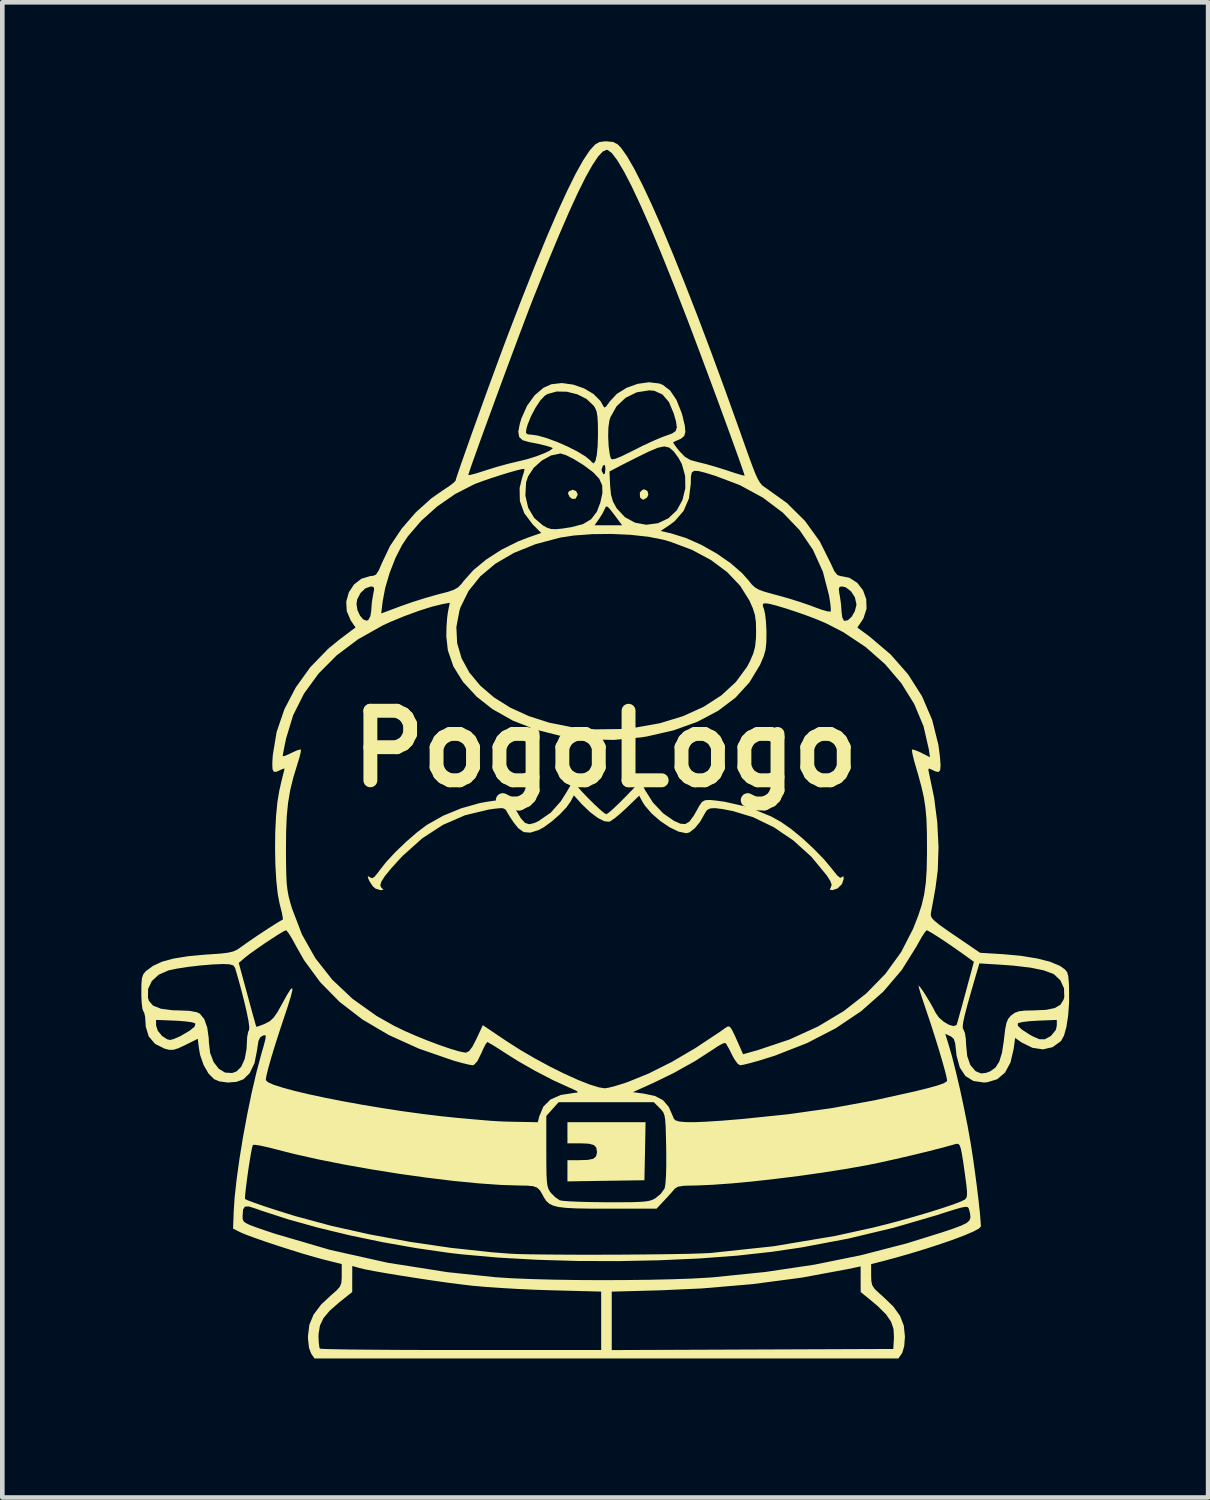
<source format=kicad_pcb>
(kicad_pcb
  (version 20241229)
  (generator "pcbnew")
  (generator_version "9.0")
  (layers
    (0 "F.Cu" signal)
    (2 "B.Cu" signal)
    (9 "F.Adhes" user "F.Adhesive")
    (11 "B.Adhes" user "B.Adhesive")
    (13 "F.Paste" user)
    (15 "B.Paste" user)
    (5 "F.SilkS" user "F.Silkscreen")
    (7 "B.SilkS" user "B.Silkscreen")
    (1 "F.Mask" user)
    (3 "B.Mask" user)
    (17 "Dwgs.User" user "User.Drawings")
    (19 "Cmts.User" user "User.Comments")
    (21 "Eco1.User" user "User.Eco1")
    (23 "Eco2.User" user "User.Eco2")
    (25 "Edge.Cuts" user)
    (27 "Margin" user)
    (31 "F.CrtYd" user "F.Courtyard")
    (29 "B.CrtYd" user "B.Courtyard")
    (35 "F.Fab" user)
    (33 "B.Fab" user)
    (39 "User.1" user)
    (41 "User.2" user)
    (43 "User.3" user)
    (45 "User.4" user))
  (footprint "PogoLogo"
    (layer "F.Cu")
    (at 10.014 13.11)
    (property "Reference" "PogoLogo" (at 0 0 0) (layer "F.SilkS") (effects (font (size 1.5 1.5) (thickness 0.3))))
    (attr board_only exclude_from_pos_files exclude_from_bom)
    (fp_poly (pts (xy -0.632 -5.563) (xy -0.598 -5.494) (xy -0.6 -5.478) (xy -0.645 -5.397) (xy -0.72 -5.395) (xy -0.774 -5.44) (xy -0.809 -5.517) (xy -0.784 -5.561) (xy -0.707 -5.591)) (stroke (width 0) (type solid)) (fill yes) (layer "F.SilkS"))
    (fp_poly (pts (xy 0.908 -5.564) (xy 0.928 -5.487) (xy 0.898 -5.422) (xy 0.816 -5.374) (xy 0.757 -5.413) (xy 0.746 -5.437) (xy 0.744 -5.534) (xy 0.804 -5.593) (xy 0.84 -5.599)) (stroke (width 0) (type solid)) (fill yes) (layer "F.SilkS"))
    (fp_poly (pts (xy 0.855 8.683) (xy 0.842 9.309) (xy 0.011 9.321) (xy -0.819 9.334) (xy -0.819 9.105) (xy -0.819 8.876) (xy -0.573 8.876) (xy -0.381 8.87) (xy -0.262 8.846) (xy -0.202 8.796) (xy -0.182 8.714) (xy -0.182 8.694) (xy -0.196 8.605) (xy -0.247 8.55) (xy -0.354 8.521) (xy -0.531 8.512) (xy -0.573 8.512) (xy -0.819 8.512) (xy -0.819 8.285) (xy -0.819 8.057) (xy 0.024 8.057) (xy 0.867 8.057)) (stroke (width 0) (type solid)) (fill yes) (layer "F.SilkS"))
    (fp_poly (pts (xy 0.857 0.892) (xy 1.028 1.161) (xy 1.25 1.394) (xy 1.478 1.552) (xy 1.618 1.615) (xy 1.724 1.623) (xy 1.813 1.57) (xy 1.905 1.445) (xy 1.972 1.328) (xy 2.034 1.216) (xy 2.086 1.145) (xy 2.151 1.109) (xy 2.248 1.102) (xy 2.397 1.117) (xy 2.577 1.142) (xy 3.088 1.258) (xy 3.58 1.46) (xy 3.793 1.579) (xy 4.008 1.729) (xy 4.251 1.929) (xy 4.496 2.156) (xy 4.72 2.387) (xy 4.895 2.597) (xy 4.901 2.605) (xy 5.001 2.73) (xy 5.065 2.782) (xy 5.104 2.77) (xy 5.104 2.769) (xy 5.134 2.744) (xy 5.143 2.804) (xy 5.105 2.918) (xy 5.01 3.012) (xy 4.896 3.05) (xy 4.841 3.036) (xy 4.865 2.988) (xy 4.883 2.932) (xy 4.851 2.846) (xy 4.774 2.727) (xy 4.444 2.328) (xy 4.059 1.979) (xy 3.634 1.691) (xy 3.186 1.474) (xy 2.753 1.343) (xy 2.522 1.298) (xy 2.362 1.279) (xy 2.258 1.286) (xy 2.192 1.322) (xy 2.148 1.388) (xy 2.146 1.393) (xy 2.045 1.572) (xy 1.929 1.714) (xy 1.815 1.802) (xy 1.747 1.821) (xy 1.58 1.786) (xy 1.385 1.692) (xy 1.183 1.556) (xy 0.996 1.393) (xy 0.848 1.22) (xy 0.793 1.131) (xy 0.73 1.01) (xy 0.453 1.277) (xy 0.314 1.404) (xy 0.19 1.506) (xy 0.101 1.565) (xy 0.085 1.572) (xy -0.019 1.563) (xy -0.161 1.492) (xy -0.326 1.369) (xy -0.497 1.206) (xy -0.523 1.178) (xy -0.681 1.003) (xy -0.746 1.129) (xy -0.84 1.262) (xy -0.986 1.416) (xy -1.157 1.566) (xy -1.326 1.69) (xy -1.44 1.752) (xy -1.62 1.808) (xy -1.76 1.797) (xy -1.882 1.711) (xy -1.983 1.583) (xy -2.068 1.455) (xy -2.129 1.353) (xy -2.15 1.312) (xy -2.179 1.285) (xy -2.252 1.279) (xy -2.387 1.291) (xy -2.522 1.311) (xy -3.029 1.433) (xy -3.505 1.64) (xy -3.953 1.931) (xy -4.373 2.308) (xy -4.423 2.36) (xy -4.622 2.579) (xy -4.758 2.745) (xy -4.835 2.866) (xy -4.858 2.948) (xy -4.831 3.001) (xy -4.823 3.007) (xy -4.789 3.039) (xy -4.837 3.049) (xy -4.852 3.049) (xy -4.958 3.017) (xy -5.016 2.97) (xy -5.086 2.866) (xy -5.115 2.804) (xy -5.129 2.747) (xy -5.093 2.762) (xy -5.08 2.773) (xy -5.032 2.792) (xy -4.978 2.757) (xy -4.899 2.658) (xy -4.877 2.627) (xy -4.73 2.441) (xy -4.532 2.228) (xy -4.304 2.009) (xy -4.073 1.808) (xy -3.861 1.647) (xy -3.845 1.637) (xy -3.501 1.443) (xy -3.109 1.282) (xy -2.71 1.17) (xy -2.563 1.143) (xy -2.347 1.111) (xy -2.2 1.098) (xy -2.103 1.111) (xy -2.036 1.154) (xy -1.978 1.234) (xy -1.926 1.328) (xy -1.823 1.501) (xy -1.734 1.598) (xy -1.641 1.627) (xy -1.526 1.598) (xy -1.439 1.556) (xy -1.179 1.376) (xy -0.961 1.131) (xy -0.827 0.916) (xy -0.751 0.785) (xy -0.701 0.725) (xy -0.667 0.726) (xy -0.65 0.75) (xy -0.594 0.825) (xy -0.495 0.936) (xy -0.372 1.064) (xy -0.241 1.193) (xy -0.121 1.305) (xy -0.028 1.384) (xy 0.019 1.411) (xy 0.069 1.38) (xy 0.166 1.296) (xy 0.295 1.173) (xy 0.415 1.053) (xy 0.762 0.695)) (stroke (width 0) (type solid)) (fill yes) (layer "F.SilkS"))
    (fp_poly (pts (xy 0.165 -13.097) (xy 0.264 -13.046) (xy 0.337 -12.971) (xy 0.467 -12.788) (xy 0.621 -12.521) (xy 0.799 -12.173) (xy 0.999 -11.748) (xy 1.22 -11.248) (xy 1.459 -10.676) (xy 1.717 -10.035) (xy 1.992 -9.33) (xy 2.282 -8.562) (xy 2.586 -7.736) (xy 2.903 -6.853) (xy 2.973 -6.654) (xy 3.082 -6.348) (xy 3.167 -6.115) (xy 3.233 -5.945) (xy 3.288 -5.826) (xy 3.335 -5.745) (xy 3.38 -5.69) (xy 3.431 -5.651) (xy 3.459 -5.633) (xy 3.917 -5.305) (xy 4.307 -4.919) (xy 4.626 -4.477) (xy 4.867 -3.994) (xy 4.94 -3.835) (xy 5.005 -3.753) (xy 5.059 -3.733) (xy 5.265 -3.692) (xy 5.435 -3.583) (xy 5.559 -3.423) (xy 5.629 -3.231) (xy 5.636 -3.025) (xy 5.571 -2.822) (xy 5.541 -2.772) (xy 5.437 -2.618) (xy 5.704 -2.421) (xy 6.157 -2.036) (xy 6.534 -1.606) (xy 6.834 -1.133) (xy 7.052 -0.624) (xy 7.187 -0.083) (xy 7.22 0.173) (xy 7.233 0.356) (xy 7.224 0.462) (xy 7.186 0.5) (xy 7.113 0.483) (xy 7.046 0.45) (xy 6.982 0.423) (xy 6.969 0.452) (xy 6.985 0.53) (xy 7.093 1.048) (xy 7.162 1.585) (xy 7.189 2.116) (xy 7.173 2.615) (xy 7.123 3.004) (xy 7.087 3.205) (xy 7.054 3.384) (xy 7.03 3.513) (xy 7.024 3.551) (xy 7.023 3.6) (xy 7.046 3.651) (xy 7.104 3.713) (xy 7.208 3.797) (xy 7.369 3.912) (xy 7.545 4.032) (xy 8.086 4.401) (xy 8.573 4.43) (xy 8.967 4.466) (xy 9.311 4.522) (xy 9.593 4.593) (xy 9.8 4.679) (xy 9.842 4.705) (xy 9.919 4.762) (xy 9.965 4.82) (xy 9.989 4.906) (xy 10.001 5.044) (xy 10.005 5.143) (xy 10.007 5.458) (xy 9.987 5.748) (xy 9.949 5.998) (xy 9.896 6.19) (xy 9.83 6.307) (xy 9.651 6.437) (xy 9.443 6.485) (xy 9.216 6.451) (xy 8.982 6.336) (xy 8.962 6.322) (xy 8.842 6.238) (xy 8.811 6.471) (xy 8.742 6.767) (xy 8.624 6.986) (xy 8.456 7.129) (xy 8.239 7.195) (xy 8.166 7.2) (xy 7.941 7.167) (xy 7.769 7.06) (xy 7.648 6.877) (xy 7.578 6.62) (xy 7.565 6.503) (xy 7.548 6.349) (xy 7.517 6.259) (xy 7.462 6.209) (xy 7.44 6.198) (xy 7.334 6.15) (xy 7.401 6.364) (xy 7.479 6.633) (xy 7.564 6.97) (xy 7.653 7.349) (xy 7.738 7.747) (xy 7.817 8.14) (xy 7.882 8.506) (xy 7.894 8.58) (xy 7.938 8.865) (xy 7.98 9.169) (xy 8.02 9.473) (xy 8.054 9.758) (xy 8.081 10.006) (xy 8.097 10.2) (xy 8.103 10.309) (xy 8.06 10.352) (xy 7.941 10.416) (xy 7.757 10.495) (xy 7.518 10.586) (xy 7.236 10.684) (xy 6.921 10.786) (xy 6.586 10.889) (xy 6.241 10.987) (xy 5.952 11.064) (xy 5.735 11.119) (xy 5.735 11.36) (xy 5.739 11.487) (xy 5.758 11.575) (xy 5.81 11.653) (xy 5.907 11.746) (xy 5.988 11.817) (xy 6.212 12.032) (xy 6.359 12.237) (xy 6.44 12.449) (xy 6.464 12.682) (xy 6.449 12.889) (xy 6.406 13.033) (xy 6.393 13.054) (xy 6.322 13.155) (xy 0.023 13.155) (xy -6.277 13.155) (xy -6.347 13.054) (xy -6.378 12.974) (xy 0.137 12.974) (xy 3.175 12.962) (xy 6.213 12.95) (xy 6.227 12.706) (xy 6.219 12.525) (xy 6.166 12.364) (xy 6.057 12.204) (xy 5.882 12.03) (xy 5.759 11.926) (xy 5.509 11.721) (xy 5.508 11.445) (xy 5.508 11.168) (xy 5.223 11.228) (xy 4.229 11.412) (xy 3.173 11.551) (xy 2.078 11.644) (xy 1.195 11.684) (xy 0.137 11.713) (xy 0.137 12.343) (xy 0.137 12.974) (xy -6.378 12.974) (xy -6.396 12.925) (xy -6.418 12.726) (xy -6.418 12.681) (xy -6.191 12.681) (xy -6.185 12.819) (xy -6.171 12.917) (xy -6.16 12.943) (xy -6.111 12.948) (xy -5.978 12.953) (xy -5.769 12.957) (xy -5.492 12.962) (xy -5.154 12.965) (xy -4.763 12.968) (xy -4.326 12.971) (xy -3.852 12.972) (xy -3.347 12.973) (xy -3.111 12.973) (xy -0.091 12.973) (xy -0.091 12.343) (xy -0.091 11.712) (xy -1.149 11.684) (xy -1.502 11.673) (xy -1.872 11.656) (xy -2.232 11.635) (xy -2.558 11.613) (xy -2.824 11.59) (xy -2.868 11.586) (xy -3.119 11.556) (xy -3.414 11.518) (xy -3.736 11.472) (xy -4.068 11.422) (xy -4.394 11.371) (xy -4.698 11.321) (xy -4.962 11.275) (xy -5.171 11.235) (xy -5.307 11.203) (xy -5.314 11.201) (xy -5.462 11.159) (xy -5.463 11.44) (xy -5.463 11.721) (xy -5.739 11.941) (xy -5.946 12.121) (xy -6.082 12.282) (xy -6.159 12.442) (xy -6.189 12.621) (xy -6.191 12.681) (xy -6.418 12.681) (xy -6.418 12.676) (xy -6.389 12.43) (xy -6.297 12.207) (xy -6.133 11.99) (xy -5.925 11.796) (xy -5.8 11.687) (xy -5.73 11.606) (xy -5.698 11.524) (xy -5.69 11.41) (xy -5.69 11.359) (xy -5.69 11.118) (xy -6.066 11.024) (xy -6.275 10.967) (xy -6.527 10.894) (xy -6.803 10.808) (xy -7.084 10.718) (xy -7.351 10.629) (xy -7.585 10.547) (xy -7.768 10.479) (xy -7.875 10.433) (xy -8.034 10.353) (xy -8.025 10.104) (xy -7.829 10.104) (xy -7.826 10.153) (xy -7.808 10.193) (xy -7.762 10.231) (xy -7.677 10.273) (xy -7.539 10.325) (xy -7.337 10.395) (xy -7.135 10.462) (xy -5.944 10.811) (xy -4.7 11.089) (xy -3.406 11.293) (xy -2.367 11.402) (xy -2.026 11.424) (xy -1.612 11.441) (xy -1.141 11.454) (xy -0.633 11.462) (xy -0.104 11.465) (xy 0.428 11.463) (xy 0.945 11.457) (xy 1.431 11.446) (xy 1.866 11.431) (xy 2.235 11.41) (xy 2.34 11.402) (xy 3.456 11.288) (xy 4.509 11.131) (xy 5.519 10.926) (xy 6.504 10.671) (xy 7.249 10.439) (xy 7.503 10.354) (xy 7.682 10.287) (xy 7.796 10.231) (xy 7.858 10.174) (xy 7.879 10.108) (xy 7.869 10.024) (xy 7.848 9.941) (xy 7.835 9.906) (xy 7.81 9.886) (xy 7.761 9.883) (xy 7.673 9.901) (xy 7.533 9.941) (xy 7.329 10.005) (xy 7.154 10.062) (xy 6.226 10.333) (xy 5.244 10.568) (xy 4.238 10.758) (xy 3.596 10.853) (xy 2.846 10.936) (xy 2.03 10.997) (xy 1.168 11.036) (xy 0.281 11.054) (xy -0.609 11.051) (xy -1.482 11.025) (xy -2.317 10.978) (xy -3.092 10.909) (xy -3.368 10.877) (xy -4.081 10.774) (xy -4.805 10.646) (xy -5.521 10.497) (xy -6.21 10.33) (xy -6.852 10.151) (xy -7.427 9.964) (xy -7.541 9.923) (xy -7.692 9.875) (xy -7.779 9.878) (xy -7.819 9.942) (xy -7.829 10.08) (xy -7.829 10.104) (xy -8.025 10.104) (xy -8.021 9.99) (xy -8.002 9.698) (xy -7.778 9.698) (xy -7.775 9.715) (xy -7.708 9.746) (xy -7.57 9.797) (xy -7.381 9.863) (xy -7.156 9.937) (xy -6.914 10.014) (xy -6.691 10.083) (xy -5.921 10.291) (xy -5.086 10.478) (xy -4.213 10.639) (xy -3.326 10.769) (xy -2.451 10.863) (xy -2.071 10.893) (xy -1.901 10.901) (xy -1.654 10.907) (xy -1.344 10.911) (xy -0.984 10.914) (xy -0.588 10.916) (xy -0.17 10.916) (xy 0.257 10.915) (xy 0.679 10.912) (xy 1.083 10.908) (xy 1.454 10.903) (xy 1.779 10.897) (xy 2.045 10.889) (xy 2.237 10.881) (xy 2.278 10.878) (xy 3.627 10.734) (xy 4.957 10.511) (xy 5.781 10.33) (xy 6.084 10.254) (xy 6.399 10.17) (xy 6.713 10.081) (xy 7.01 9.993) (xy 7.278 9.908) (xy 7.501 9.833) (xy 7.665 9.771) (xy 7.756 9.727) (xy 7.759 9.724) (xy 7.788 9.692) (xy 7.803 9.638) (xy 7.803 9.546) (xy 7.788 9.397) (xy 7.761 9.195) (xy 7.724 8.931) (xy 7.694 8.744) (xy 7.669 8.623) (xy 7.644 8.554) (xy 7.615 8.525) (xy 7.577 8.523) (xy 7.543 8.532) (xy 7.285 8.603) (xy 6.967 8.685) (xy 6.615 8.77) (xy 6.258 8.853) (xy 5.924 8.927) (xy 5.641 8.985) (xy 5.625 8.988) (xy 5.17 9.068) (xy 4.681 9.145) (xy 4.175 9.217) (xy 3.668 9.28) (xy 3.177 9.335) (xy 2.719 9.378) (xy 2.311 9.407) (xy 1.97 9.422) (xy 1.874 9.423) (xy 1.685 9.429) (xy 1.566 9.449) (xy 1.5 9.488) (xy 1.493 9.497) (xy 1.428 9.573) (xy 1.329 9.683) (xy 1.269 9.747) (xy 1.103 9.923) (xy 0.049 9.923) (xy -0.324 9.922) (xy -0.616 9.917) (xy -0.84 9.906) (xy -1.007 9.887) (xy -1.128 9.856) (xy -1.214 9.813) (xy -1.277 9.755) (xy -1.327 9.678) (xy -1.348 9.638) (xy -1.408 9.533) (xy -1.471 9.47) (xy -1.561 9.437) (xy -1.702 9.425) (xy -1.844 9.423) (xy -2.258 9.41) (xy -2.743 9.376) (xy -3.282 9.323) (xy -3.859 9.253) (xy -4.457 9.169) (xy -5.059 9.073) (xy -5.649 8.968) (xy -6.21 8.856) (xy -6.724 8.74) (xy -6.926 8.689) (xy -1.275 8.689) (xy -1.274 8.972) (xy -1.271 9.18) (xy -1.263 9.327) (xy -1.25 9.427) (xy -1.229 9.497) (xy -1.199 9.551) (xy -1.177 9.58) (xy -1.081 9.677) (xy -0.986 9.741) (xy -0.984 9.742) (xy -0.91 9.754) (xy -0.761 9.765) (xy -0.552 9.774) (xy -0.298 9.78) (xy -0.017 9.784) (xy 0.023 9.784) (xy 0.337 9.784) (xy 0.573 9.782) (xy 0.747 9.776) (xy 0.871 9.766) (xy 0.959 9.75) (xy 1.025 9.727) (xy 1.082 9.696) (xy 1.195 9.602) (xy 1.273 9.493) (xy 1.279 9.48) (xy 1.296 9.385) (xy 1.308 9.214) (xy 1.314 8.982) (xy 1.313 8.702) (xy 1.312 8.616) (xy 1.306 8.341) (xy 1.3 8.142) (xy 1.29 8.004) (xy 1.275 7.911) (xy 1.251 7.847) (xy 1.217 7.799) (xy 1.171 7.751) (xy 1.045 7.625) (xy 0.018 7.625) (xy -1.009 7.625) (xy -1.142 7.773) (xy -1.275 7.922) (xy -1.275 8.689) (xy -6.926 8.689) (xy -7.077 8.65) (xy -7.278 8.599) (xy -7.446 8.562) (xy -7.562 8.544) (xy -7.607 8.547) (xy -7.623 8.6) (xy -7.647 8.721) (xy -7.675 8.888) (xy -7.705 9.081) (xy -7.733 9.279) (xy -7.756 9.462) (xy -7.772 9.608) (xy -7.778 9.698) (xy -8.002 9.698) (xy -7.999 9.663) (xy -7.955 9.267) (xy -7.893 8.825) (xy -7.816 8.355) (xy -7.727 7.877) (xy -7.631 7.412) (xy -7.53 6.98) (xy -7.429 6.599) (xy -7.427 6.593) (xy -7.37 6.395) (xy -7.338 6.269) (xy -7.329 6.202) (xy -7.342 6.178) (xy -7.376 6.183) (xy -7.394 6.189) (xy -7.451 6.228) (xy -7.487 6.307) (xy -7.51 6.45) (xy -7.515 6.492) (xy -7.571 6.78) (xy -7.676 6.998) (xy -7.811 7.131) (xy -7.96 7.186) (xy -8.148 7.201) (xy -8.332 7.175) (xy -8.445 7.127) (xy -8.565 7.006) (xy -8.67 6.823) (xy -8.745 6.607) (xy -8.77 6.471) (xy -8.796 6.257) (xy -9.064 6.39) (xy -9.216 6.461) (xy -9.321 6.494) (xy -9.411 6.495) (xy -9.511 6.47) (xy -9.717 6.367) (xy -9.855 6.205) (xy -9.919 5.992) (xy -9.923 5.917) (xy -9.928 5.849) (xy -9.696 5.849) (xy -9.696 5.971) (xy -9.658 6.085) (xy -9.567 6.195) (xy -9.454 6.269) (xy -9.392 6.282) (xy -9.313 6.261) (xy -9.196 6.211) (xy -9.159 6.192) (xy -8.97 6.081) (xy -8.866 5.996) (xy -8.847 5.935) (xy -8.856 5.922) (xy -8.919 5.901) (xy -9.048 5.883) (xy -9.222 5.868) (xy -9.297 5.865) (xy -9.696 5.849) (xy -9.928 5.849) (xy -9.932 5.782) (xy -9.954 5.689) (xy -9.969 5.667) (xy -9.99 5.612) (xy -10.006 5.488) (xy -10.012 5.366) (xy -9.871 5.366) (xy -9.85 5.438) (xy -9.762 5.54) (xy -9.591 5.608) (xy -9.34 5.641) (xy -9.207 5.644) (xy -8.973 5.654) (xy -8.817 5.683) (xy -8.752 5.714) (xy -8.658 5.829) (xy -8.592 6.013) (xy -8.559 6.248) (xy -8.557 6.327) (xy -8.529 6.563) (xy -8.454 6.759) (xy -8.343 6.903) (xy -8.206 6.986) (xy -8.054 6.995) (xy -7.959 6.961) (xy -7.858 6.86) (xy -7.783 6.69) (xy -7.743 6.472) (xy -7.738 6.361) (xy -7.73 6.215) (xy -7.708 6.105) (xy -7.69 6.069) (xy -7.684 6.009) (xy -7.701 5.875) (xy -7.74 5.681) (xy -7.796 5.441) (xy -7.866 5.167) (xy -7.948 4.874) (xy -7.993 4.723) (xy -8.029 4.673) (xy -8.113 4.649) (xy -8.254 4.643) (xy -8.471 4.652) (xy -8.729 4.673) (xy -8.995 4.704) (xy -9.237 4.741) (xy -9.422 4.779) (xy -9.428 4.781) (xy -9.638 4.873) (xy -9.787 5.01) (xy -9.868 5.18) (xy -9.871 5.366) (xy -10.012 5.366) (xy -10.014 5.321) (xy -10.014 5.263) (xy -10.012 5.071) (xy -10 4.947) (xy -9.974 4.868) (xy -9.929 4.809) (xy -9.912 4.793) (xy -9.758 4.681) (xy -9.625 4.62) (xy -7.912 4.62) (xy -7.726 5.303) (xy -7.662 5.538) (xy -7.607 5.739) (xy -7.564 5.892) (xy -7.539 5.981) (xy -7.534 5.997) (xy -7.492 5.988) (xy -7.395 5.952) (xy -7.344 5.931) (xy -7.242 5.877) (xy -7.159 5.8) (xy -7.076 5.681) (xy -6.986 5.519) (xy -6.874 5.316) (xy -6.799 5.196) (xy -6.759 5.159) (xy -6.754 5.205) (xy -6.785 5.334) (xy -6.851 5.548) (xy -6.9 5.696) (xy -7.018 6.05) (xy -7.122 6.373) (xy -7.209 6.657) (xy -7.274 6.888) (xy -7.315 7.055) (xy -7.329 7.146) (xy -7.285 7.192) (xy -7.161 7.248) (xy -6.964 7.311) (xy -6.706 7.381) (xy -6.395 7.455) (xy -6.04 7.531) (xy -5.651 7.607) (xy -5.237 7.682) (xy -4.808 7.753) (xy -4.373 7.82) (xy -3.941 7.879) (xy -3.521 7.93) (xy -3.186 7.964) (xy -2.886 7.991) (xy -2.657 8.011) (xy -2.478 8.026) (xy -2.33 8.035) (xy -2.194 8.042) (xy -2.048 8.046) (xy -1.879 8.049) (xy -1.458 8.057) (xy -1.428 7.932) (xy -1.339 7.721) (xy -1.185 7.567) (xy -0.963 7.469) (xy -0.669 7.423) (xy -0.637 7.421) (xy -0.593 7.411) (xy -0.595 7.408) (xy 0.593 7.408) (xy 0.831 7.44) (xy 1.071 7.491) (xy 1.243 7.581) (xy 1.367 7.726) (xy 1.463 7.944) (xy 1.474 7.977) (xy 1.509 8.015) (xy 1.59 8.041) (xy 1.725 8.054) (xy 1.921 8.056) (xy 2.185 8.045) (xy 2.525 8.023) (xy 2.948 7.988) (xy 2.959 7.987) (xy 3.951 7.884) (xy 4.89 7.752) (xy 5.812 7.583) (xy 6.68 7.391) (xy 6.966 7.32) (xy 7.17 7.263) (xy 7.3 7.217) (xy 7.364 7.178) (xy 7.374 7.159) (xy 7.36 7.077) (xy 7.322 6.925) (xy 7.264 6.718) (xy 7.191 6.472) (xy 7.107 6.202) (xy 7.018 5.924) (xy 6.927 5.654) (xy 6.924 5.645) (xy 6.856 5.443) (xy 6.801 5.275) (xy 6.767 5.158) (xy 6.757 5.109) (xy 6.757 5.108) (xy 6.787 5.135) (xy 6.848 5.219) (xy 6.927 5.342) (xy 7.011 5.482) (xy 7.087 5.618) (xy 7.126 5.697) (xy 7.199 5.799) (xy 7.303 5.89) (xy 7.415 5.955) (xy 7.514 5.983) (xy 7.538 5.974) (xy 7.712 5.974) (xy 7.714 6.032) (xy 7.73 6.064) (xy 7.731 6.065) (xy 7.76 6.137) (xy 7.779 6.267) (xy 7.784 6.384) (xy 7.808 6.63) (xy 7.876 6.824) (xy 7.982 6.949) (xy 8 6.961) (xy 8.107 7.004) (xy 8.217 6.992) (xy 8.309 6.956) (xy 8.418 6.878) (xy 8.499 6.75) (xy 8.558 6.56) (xy 8.599 6.293) (xy 8.604 6.244) (xy 8.628 6.045) (xy 8.653 5.922) (xy 8.901 5.922) (xy 8.901 5.976) (xy 8.986 6.057) (xy 9.155 6.166) (xy 9.215 6.2) (xy 9.364 6.266) (xy 9.482 6.267) (xy 9.603 6.202) (xy 9.621 6.187) (xy 9.72 6.066) (xy 9.741 5.971) (xy 9.741 5.849) (xy 9.343 5.865) (xy 9.159 5.876) (xy 9.008 5.894) (xy 8.916 5.914) (xy 8.901 5.922) (xy 8.653 5.922) (xy 8.655 5.914) (xy 8.691 5.827) (xy 8.745 5.763) (xy 8.763 5.747) (xy 8.837 5.694) (xy 8.925 5.663) (xy 9.052 5.648) (xy 9.244 5.644) (xy 9.245 5.644) (xy 9.51 5.632) (xy 9.697 5.593) (xy 9.819 5.522) (xy 9.887 5.413) (xy 9.903 5.354) (xy 9.896 5.165) (xy 9.816 4.992) (xy 9.68 4.864) (xy 9.661 4.854) (xy 9.459 4.78) (xy 9.174 4.721) (xy 8.804 4.678) (xy 8.566 4.66) (xy 8.07 4.63) (xy 7.978 4.944) (xy 7.88 5.283) (xy 7.807 5.545) (xy 7.756 5.741) (xy 7.725 5.88) (xy 7.712 5.974) (xy 7.538 5.974) (xy 7.576 5.96) (xy 7.582 5.949) (xy 7.6 5.888) (xy 7.637 5.755) (xy 7.689 5.569) (xy 7.749 5.347) (xy 7.777 5.245) (xy 7.952 4.595) (xy 7.743 4.444) (xy 7.541 4.301) (xy 7.345 4.167) (xy 7.172 4.053) (xy 7.035 3.967) (xy 6.951 3.921) (xy 6.933 3.915) (xy 6.897 3.953) (xy 6.831 4.053) (xy 6.749 4.198) (xy 6.714 4.262) (xy 6.394 4.774) (xy 5.997 5.239) (xy 5.523 5.658) (xy 4.973 6.028) (xy 4.35 6.35) (xy 3.654 6.622) (xy 3.295 6.734) (xy 3.128 6.78) (xy 2.99 6.814) (xy 2.908 6.828) (xy 2.905 6.828) (xy 2.85 6.79) (xy 2.78 6.691) (xy 2.73 6.597) (xy 2.665 6.467) (xy 2.611 6.374) (xy 2.588 6.346) (xy 2.535 6.358) (xy 2.434 6.413) (xy 2.335 6.479) (xy 1.931 6.74) (xy 1.472 6.996) (xy 1.03 7.211) (xy 0.593 7.408) (xy -0.595 7.408) (xy -0.619 7.383) (xy -0.723 7.333) (xy -0.778 7.31) (xy -1.126 7.151) (xy -1.508 6.953) (xy -1.888 6.736) (xy -2.145 6.574) (xy -2.307 6.469) (xy -2.44 6.386) (xy -2.527 6.337) (xy -2.549 6.327) (xy -2.58 6.366) (xy -2.632 6.466) (xy -2.682 6.578) (xy -2.765 6.745) (xy -2.84 6.822) (xy -2.864 6.828) (xy -2.943 6.815) (xy -3.082 6.782) (xy -3.255 6.734) (xy -3.304 6.719) (xy -4.03 6.467) (xy -4.676 6.174) (xy -5.244 5.839) (xy -5.737 5.459) (xy -6.156 5.033) (xy -6.502 4.561) (xy -6.676 4.255) (xy -6.76 4.1) (xy -6.833 3.982) (xy -6.882 3.92) (xy -6.891 3.915) (xy -6.946 3.939) (xy -7.055 4.004) (xy -7.201 4.098) (xy -7.366 4.207) (xy -7.529 4.32) (xy -7.673 4.423) (xy -7.778 4.505) (xy -7.791 4.516) (xy -7.912 4.62) (xy -9.625 4.62) (xy -9.564 4.592) (xy -9.318 4.525) (xy -9.007 4.475) (xy -8.62 4.439) (xy -8.535 4.434) (xy -8.306 4.418) (xy -8.147 4.399) (xy -8.035 4.373) (xy -7.949 4.335) (xy -7.876 4.286) (xy -7.753 4.197) (xy -7.598 4.09) (xy -7.428 3.976) (xy -7.262 3.867) (xy -7.117 3.775) (xy -7.012 3.711) (xy -6.963 3.687) (xy -6.963 3.687) (xy -6.961 3.647) (xy -6.98 3.541) (xy -7.018 3.39) (xy -7.027 3.357) (xy -7.07 3.138) (xy -7.101 2.851) (xy -7.121 2.517) (xy -7.128 2.157) (xy -7.124 1.793) (xy -7.107 1.448) (xy -7.077 1.141) (xy -7.039 0.913) (xy -6.998 0.73) (xy -6.961 0.578) (xy -6.935 0.48) (xy -6.93 0.464) (xy -6.926 0.423) (xy -6.976 0.437) (xy -7 0.45) (xy -7.097 0.494) (xy -7.156 0.494) (xy -7.184 0.437) (xy -7.188 0.311) (xy -7.179 0.158) (xy -6.965 0.158) (xy -6.929 0.155) (xy -6.837 0.118) (xy -6.778 0.089) (xy -6.663 0.036) (xy -6.586 0.013) (xy -6.57 0.015) (xy -6.573 0.065) (xy -6.6 0.177) (xy -6.644 0.322) (xy -6.735 0.62) (xy -6.802 0.894) (xy -6.848 1.169) (xy -6.877 1.466) (xy -6.89 1.809) (xy -6.893 2.185) (xy -6.891 2.49) (xy -6.886 2.723) (xy -6.877 2.903) (xy -6.86 3.049) (xy -6.836 3.181) (xy -6.8 3.318) (xy -6.765 3.437) (xy -6.549 4.003) (xy -6.259 4.517) (xy -5.895 4.98) (xy -5.455 5.395) (xy -4.938 5.763) (xy -4.559 5.977) (xy -4.345 6.081) (xy -4.099 6.189) (xy -3.84 6.294) (xy -3.585 6.39) (xy -3.352 6.47) (xy -3.161 6.527) (xy -3.03 6.554) (xy -3.008 6.555) (xy -2.943 6.524) (xy -2.868 6.424) (xy -2.783 6.259) (xy -2.645 5.963) (xy -2.13 6.309) (xy -1.841 6.494) (xy -1.529 6.676) (xy -1.21 6.849) (xy -0.897 7.005) (xy -0.605 7.138) (xy -0.348 7.24) (xy -0.141 7.305) (xy -0.015 7.325) (xy 0.07 7.312) (xy 0.216 7.274) (xy 0.397 7.219) (xy 0.486 7.188) (xy 0.938 7.004) (xy 1.431 6.757) (xy 1.947 6.454) (xy 2.473 6.105) (xy 2.6 6.014) (xy 2.647 5.988) (xy 2.686 5.999) (xy 2.73 6.059) (xy 2.791 6.184) (xy 2.83 6.27) (xy 2.972 6.59) (xy 3.295 6.499) (xy 3.972 6.272) (xy 4.589 5.991) (xy 5.143 5.659) (xy 5.629 5.279) (xy 6.043 4.854) (xy 6.381 4.388) (xy 6.64 3.884) (xy 6.643 3.875) (xy 6.748 3.608) (xy 6.826 3.37) (xy 6.879 3.141) (xy 6.914 2.896) (xy 6.933 2.613) (xy 6.94 2.269) (xy 6.94 2.139) (xy 6.938 1.791) (xy 6.928 1.509) (xy 6.906 1.267) (xy 6.871 1.041) (xy 6.817 0.805) (xy 6.743 0.534) (xy 6.708 0.416) (xy 6.659 0.244) (xy 6.626 0.107) (xy 6.614 0.026) (xy 6.616 0.015) (xy 6.665 0.021) (xy 6.765 0.061) (xy 6.821 0.087) (xy 7.004 0.181) (xy 6.98 0.011) (xy 6.865 -0.489) (xy 6.665 -0.967) (xy 6.387 -1.415) (xy 6.035 -1.828) (xy 5.616 -2.197) (xy 5.134 -2.518) (xy 4.759 -2.711) (xy 4.578 -2.788) (xy 4.361 -2.871) (xy 4.128 -2.953) (xy 3.901 -3.028) (xy 3.698 -3.089) (xy 3.542 -3.129) (xy 3.46 -3.141) (xy 3.401 -3.131) (xy 3.397 -3.083) (xy 3.422 -3.016) (xy 3.446 -2.912) (xy 3.465 -2.748) (xy 3.475 -2.555) (xy 3.476 -2.504) (xy 3.473 -2.296) (xy 3.457 -2.142) (xy 3.418 -2.003) (xy 3.35 -1.842) (xy 3.336 -1.811) (xy 3.11 -1.436) (xy 2.808 -1.105) (xy 2.432 -0.821) (xy 1.986 -0.585) (xy 1.473 -0.4) (xy 0.898 -0.268) (xy 0.774 -0.248) (xy 0.183 -0.193) (xy -0.401 -0.205) (xy -0.967 -0.28) (xy -1.504 -0.416) (xy -1.998 -0.61) (xy -2.439 -0.859) (xy -2.777 -1.125) (xy -3.073 -1.446) (xy -3.28 -1.778) (xy -3.399 -2.124) (xy -3.433 -2.425) (xy -3.429 -2.624) (xy -3.429 -2.629) (xy -3.216 -2.629) (xy -3.199 -2.282) (xy -3.103 -1.953) (xy -2.935 -1.646) (xy -2.699 -1.363) (xy -2.404 -1.11) (xy -2.053 -0.89) (xy -1.653 -0.707) (xy -1.211 -0.565) (xy -0.732 -0.469) (xy -0.222 -0.421) (xy 0.314 -0.427) (xy 0.638 -0.457) (xy 1.18 -0.554) (xy 1.676 -0.706) (xy 2.119 -0.907) (xy 2.502 -1.154) (xy 2.816 -1.443) (xy 3.055 -1.768) (xy 3.119 -1.889) (xy 3.191 -2.056) (xy 3.231 -2.207) (xy 3.249 -2.383) (xy 3.252 -2.526) (xy 3.248 -2.731) (xy 3.228 -2.886) (xy 3.182 -3.033) (xy 3.109 -3.199) (xy 2.908 -3.52) (xy 2.628 -3.814) (xy 2.278 -4.075) (xy 1.867 -4.295) (xy 1.403 -4.469) (xy 1.252 -4.513) (xy 0.927 -4.577) (xy 0.543 -4.619) (xy 0.128 -4.638) (xy -0.289 -4.633) (xy -0.68 -4.604) (xy -0.979 -4.558) (xy -1.508 -4.417) (xy -1.974 -4.229) (xy -2.374 -3.996) (xy -2.701 -3.721) (xy -2.953 -3.407) (xy -3.125 -3.058) (xy -3.148 -2.988) (xy -3.216 -2.629) (xy -3.429 -2.629) (xy -3.416 -2.819) (xy -3.398 -2.953) (xy -3.358 -3.153) (xy -3.514 -3.124) (xy -3.748 -3.067) (xy -4.033 -2.976) (xy -4.343 -2.862) (xy -4.648 -2.736) (xy -4.81 -2.661) (xy -5.338 -2.364) (xy -5.798 -2.018) (xy -6.188 -1.626) (xy -6.503 -1.194) (xy -6.738 -0.726) (xy -6.89 -0.226) (xy -6.894 -0.207) (xy -6.928 -0.041) (xy -6.953 0.087) (xy -6.964 0.155) (xy -6.965 0.158) (xy -7.179 0.158) (xy -7.178 0.138) (xy -7.095 -0.363) (xy -6.927 -0.855) (xy -6.682 -1.325) (xy -6.367 -1.763) (xy -5.987 -2.155) (xy -5.744 -2.355) (xy -5.392 -2.62) (xy -5.496 -2.773) (xy -5.581 -2.971) (xy -5.59 -3.126) (xy -5.371 -3.126) (xy -5.35 -2.992) (xy -5.295 -2.874) (xy -5.223 -2.791) (xy -5.149 -2.766) (xy -5.116 -2.781) (xy -5.073 -2.859) (xy -5.062 -2.922) (xy -4.837 -2.922) (xy -4.412 -3.081) (xy -4.169 -3.166) (xy -3.899 -3.252) (xy -3.65 -3.323) (xy -3.59 -3.339) (xy -3.396 -3.389) (xy -3.267 -3.434) (xy -3.18 -3.484) (xy -3.11 -3.555) (xy -3.058 -3.623) (xy -2.848 -3.858) (xy -2.569 -4.088) (xy -2.242 -4.298) (xy -1.888 -4.475) (xy -1.682 -4.555) (xy -1.384 -4.659) (xy -1.427 -4.702) (xy 1.193 -4.702) (xy 1.422 -4.649) (xy 1.739 -4.55) (xy 2.073 -4.401) (xy 2.402 -4.215) (xy 2.702 -4.007) (xy 2.952 -3.79) (xy 3.081 -3.644) (xy 3.156 -3.551) (xy 3.226 -3.485) (xy 3.312 -3.435) (xy 3.436 -3.39) (xy 3.619 -3.339) (xy 3.71 -3.315) (xy 3.952 -3.247) (xy 4.205 -3.168) (xy 4.429 -3.091) (xy 4.514 -3.058) (xy 4.672 -3.001) (xy 4.794 -2.967) (xy 4.859 -2.962) (xy 4.864 -2.966) (xy 4.864 -3.029) (xy 4.851 -3.155) (xy 4.826 -3.312) (xy 4.79 -3.45) (xy 5.037 -3.45) (xy 5.05 -3.345) (xy 5.057 -3.312) (xy 5.082 -3.142) (xy 5.096 -2.976) (xy 5.096 -2.951) (xy 5.112 -2.836) (xy 5.147 -2.767) (xy 5.155 -2.762) (xy 5.232 -2.775) (xy 5.314 -2.851) (xy 5.381 -2.966) (xy 5.415 -3.093) (xy 5.417 -3.123) (xy 5.384 -3.27) (xy 5.3 -3.4) (xy 5.187 -3.486) (xy 5.106 -3.505) (xy 5.054 -3.495) (xy 5.037 -3.45) (xy 4.79 -3.45) (xy 4.693 -3.824) (xy 4.48 -4.294) (xy 4.191 -4.72) (xy 3.83 -5.096) (xy 3.399 -5.421) (xy 2.902 -5.691) (xy 2.376 -5.89) (xy 2.153 -5.959) (xy 2.003 -5.997) (xy 1.912 -5.999) (xy 1.864 -5.961) (xy 1.846 -5.879) (xy 1.843 -5.747) (xy 1.843 -5.721) (xy 1.803 -5.404) (xy 1.687 -5.134) (xy 1.496 -4.914) (xy 1.403 -4.843) (xy 1.193 -4.702) (xy -1.427 -4.702) (xy -1.569 -4.844) (xy -1.75 -5.084) (xy -1.845 -5.347) (xy -1.848 -5.466) (xy -1.727 -5.466) (xy -1.666 -5.203) (xy -1.535 -4.982) (xy -1.348 -4.821) (xy -1.256 -4.771) (xy -1.169 -4.744) (xy -1.063 -4.74) (xy -0.913 -4.756) (xy -0.732 -4.785) (xy -0.578 -4.825) (xy -0.234 -4.825) (xy 0.063 -4.825) (xy 0.361 -4.825) (xy 0.192 -5.052) (xy 0.099 -5.172) (xy 0.044 -5.228) (xy 0.011 -5.227) (xy -0.011 -5.183) (xy -0.062 -5.08) (xy -0.137 -4.961) (xy -0.14 -4.957) (xy -0.234 -4.825) (xy -0.578 -4.825) (xy -0.485 -4.849) (xy -0.308 -4.955) (xy -0.185 -5.116) (xy -0.11 -5.311) (xy -0.064 -5.518) (xy -0.069 -5.685) (xy -0.133 -5.829) (xy -0.264 -5.969) (xy -0.345 -6.029) (xy -0.083 -6.029) (xy -0.076 -5.989) (xy -0.037 -5.923) (xy -0.01 -5.944) (xy -0.006 -5.986) (xy 0.088 -5.986) (xy 0.102 -5.685) (xy 0.121 -5.485) (xy 0.164 -5.335) (xy 0.243 -5.192) (xy 0.243 -5.192) (xy 0.42 -5.001) (xy 0.639 -4.881) (xy 0.883 -4.836) (xy 1.134 -4.869) (xy 1.359 -4.975) (xy 1.54 -5.146) (xy 1.663 -5.369) (xy 1.725 -5.624) (xy 1.721 -5.89) (xy 1.65 -6.146) (xy 1.578 -6.278) (xy 1.475 -6.419) (xy 1.379 -6.501) (xy 1.271 -6.527) (xy 1.132 -6.498) (xy 0.942 -6.418) (xy 0.859 -6.378) (xy 0.663 -6.281) (xy 0.472 -6.185) (xy 0.32 -6.108) (xy 0.283 -6.088) (xy 0.088 -5.986) (xy -0.006 -5.986) (xy 0 -6.04) (xy -0.009 -6.121) (xy -0.041 -6.121) (xy -0.052 -6.112) (xy -0.083 -6.029) (xy -0.345 -6.029) (xy -0.471 -6.123) (xy -0.491 -6.136) (xy -0.683 -6.254) (xy -0.845 -6.336) (xy -0.958 -6.372) (xy -0.971 -6.373) (xy -1.171 -6.332) (xy -1.37 -6.223) (xy -1.544 -6.067) (xy -1.667 -5.883) (xy -1.711 -5.754) (xy -1.727 -5.466) (xy -1.848 -5.466) (xy -1.851 -5.63) (xy -1.798 -5.848) (xy -1.761 -5.962) (xy -1.746 -6.032) (xy -1.748 -6.042) (xy -1.797 -6.038) (xy -1.914 -6.01) (xy -2.077 -5.964) (xy -2.267 -5.906) (xy -2.465 -5.842) (xy -2.651 -5.778) (xy -2.806 -5.72) (xy -2.836 -5.707) (xy -3.239 -5.501) (xy -3.626 -5.234) (xy -3.974 -4.922) (xy -4.264 -4.584) (xy -4.388 -4.398) (xy -4.53 -4.121) (xy -4.656 -3.797) (xy -4.753 -3.467) (xy -4.807 -3.179) (xy -4.837 -2.922) (xy -5.062 -2.922) (xy -5.052 -2.981) (xy -5.052 -2.998) (xy -5.04 -3.162) (xy -5.012 -3.329) (xy -5.011 -3.334) (xy -4.99 -3.445) (xy -5.003 -3.494) (xy -5.057 -3.505) (xy -5.06 -3.505) (xy -5.179 -3.464) (xy -5.286 -3.361) (xy -5.356 -3.224) (xy -5.371 -3.126) (xy -5.59 -3.126) (xy -5.592 -3.178) (xy -5.537 -3.376) (xy -5.426 -3.546) (xy -5.267 -3.67) (xy -5.07 -3.73) (xy -5.014 -3.733) (xy -4.952 -3.759) (xy -4.892 -3.848) (xy -4.827 -4) (xy -4.647 -4.378) (xy -4.395 -4.753) (xy -4.092 -5.103) (xy -3.755 -5.406) (xy -3.512 -5.576) (xy -3.375 -5.666) (xy -3.275 -5.742) (xy -3.232 -5.788) (xy -3.232 -5.791) (xy -3.217 -5.845) (xy -3.196 -5.908) (xy -2.959 -5.908) (xy -2.919 -5.911) (xy -2.813 -5.938) (xy -2.659 -5.985) (xy -2.58 -6.011) (xy -2.349 -6.083) (xy -2.095 -6.153) (xy -1.869 -6.207) (xy -1.853 -6.21) (xy -1.677 -6.254) (xy -1.497 -6.311) (xy -1.334 -6.373) (xy -1.209 -6.431) (xy -1.143 -6.478) (xy -1.138 -6.489) (xy -1.179 -6.511) (xy -1.285 -6.542) (xy -1.432 -6.578) (xy -1.596 -6.611) (xy -1.65 -6.621) (xy -1.785 -6.66) (xy -1.86 -6.729) (xy -1.875 -6.818) (xy -1.714 -6.818) (xy -1.673 -6.786) (xy -1.613 -6.782) (xy -1.461 -6.761) (xy -1.263 -6.705) (xy -1.039 -6.622) (xy -0.812 -6.522) (xy -0.601 -6.415) (xy -0.429 -6.31) (xy -0.316 -6.217) (xy -0.295 -6.189) (xy -0.252 -6.159) (xy -0.215 -6.212) (xy -0.186 -6.34) (xy -0.167 -6.534) (xy -0.161 -6.742) (xy 0.06 -6.742) (xy 0.07 -6.534) (xy 0.094 -6.354) (xy 0.118 -6.265) (xy 0.149 -6.247) (xy 0.223 -6.262) (xy 0.352 -6.315) (xy 0.545 -6.41) (xy 0.606 -6.441) (xy 0.82 -6.548) (xy 1.032 -6.646) (xy 1.213 -6.723) (xy 1.309 -6.758) (xy 1.442 -6.806) (xy 1.517 -6.859) (xy 1.542 -6.936) (xy 1.525 -7.06) (xy 1.475 -7.237) (xy 1.372 -7.483) (xy 1.233 -7.646) (xy 1.056 -7.727) (xy 0.948 -7.737) (xy 0.676 -7.694) (xy 0.435 -7.575) (xy 0.241 -7.392) (xy 0.11 -7.159) (xy 0.087 -7.088) (xy 0.065 -6.938) (xy 0.06 -6.742) (xy -0.161 -6.742) (xy -0.16 -6.786) (xy -0.16 -6.79) (xy -0.162 -7.016) (xy -0.171 -7.171) (xy -0.189 -7.277) (xy -0.221 -7.355) (xy -0.253 -7.405) (xy -0.405 -7.549) (xy -0.606 -7.651) (xy -0.831 -7.707) (xy -1.053 -7.711) (xy -1.246 -7.658) (xy -1.305 -7.623) (xy -1.402 -7.521) (xy -1.507 -7.363) (xy -1.606 -7.176) (xy -1.68 -6.992) (xy -1.704 -6.908) (xy -1.714 -6.818) (xy -1.875 -6.818) (xy -1.88 -6.842) (xy -1.847 -7.014) (xy -1.812 -7.131) (xy -1.691 -7.403) (xy -1.528 -7.628) (xy -1.337 -7.791) (xy -1.167 -7.868) (xy -0.939 -7.894) (xy -0.697 -7.861) (xy -0.462 -7.78) (xy -0.258 -7.659) (xy -0.107 -7.508) (xy -0.05 -7.406) (xy -0.024 -7.366) (xy 0.014 -7.385) (xy 0.079 -7.473) (xy 0.093 -7.495) (xy 0.248 -7.661) (xy 0.457 -7.791) (xy 0.696 -7.877) (xy 0.939 -7.911) (xy 1.161 -7.885) (xy 1.237 -7.856) (xy 1.397 -7.733) (xy 1.534 -7.529) (xy 1.644 -7.253) (xy 1.666 -7.177) (xy 1.714 -6.974) (xy 1.726 -6.839) (xy 1.701 -6.752) (xy 1.637 -6.697) (xy 1.605 -6.681) (xy 1.511 -6.64) (xy 1.463 -6.617) (xy 1.48 -6.579) (xy 1.542 -6.494) (xy 1.6 -6.422) (xy 1.715 -6.303) (xy 1.837 -6.232) (xy 2.003 -6.187) (xy 2.169 -6.146) (xy 2.379 -6.086) (xy 2.594 -6.019) (xy 2.629 -6.007) (xy 2.796 -5.952) (xy 2.925 -5.913) (xy 2.996 -5.895) (xy 3.004 -5.896) (xy 2.989 -5.949) (xy 2.945 -6.077) (xy 2.878 -6.269) (xy 2.789 -6.514) (xy 2.685 -6.803) (xy 2.567 -7.125) (xy 2.441 -7.47) (xy 2.309 -7.826) (xy 2.176 -8.183) (xy 2.046 -8.532) (xy 1.922 -8.861) (xy 1.809 -9.16) (xy 1.759 -9.291) (xy 1.474 -10.023) (xy 1.212 -10.675) (xy 0.973 -11.246) (xy 0.757 -11.735) (xy 0.566 -12.142) (xy 0.398 -12.465) (xy 0.256 -12.703) (xy 0.139 -12.857) (xy 0.047 -12.924) (xy 0.027 -12.928) (xy -0.055 -12.891) (xy -0.158 -12.781) (xy -0.281 -12.596) (xy -0.428 -12.334) (xy -0.597 -11.994) (xy -0.79 -11.573) (xy -1.007 -11.071) (xy -1.251 -10.485) (xy -1.52 -9.815) (xy -1.562 -9.709) (xy -1.638 -9.514) (xy -1.732 -9.266) (xy -1.842 -8.975) (xy -1.963 -8.652) (xy -2.092 -8.306) (xy -2.225 -7.948) (xy -2.357 -7.589) (xy -2.485 -7.239) (xy -2.606 -6.909) (xy -2.715 -6.608) (xy -2.808 -6.348) (xy -2.883 -6.139) (xy -2.933 -5.992) (xy -2.957 -5.916) (xy -2.959 -5.908) (xy -3.196 -5.908) (xy -3.174 -5.973) (xy -3.109 -6.164) (xy -3.023 -6.407) (xy -2.923 -6.691) (xy -2.811 -7.004) (xy -2.692 -7.335) (xy -2.57 -7.673) (xy -2.448 -8.006) (xy -2.331 -8.324) (xy -2.223 -8.616) (xy -2.128 -8.869) (xy -2.117 -8.899) (xy -1.809 -9.698) (xy -1.527 -10.411) (xy -1.27 -11.037) (xy -1.037 -11.578) (xy -0.828 -12.034) (xy -0.644 -12.407) (xy -0.483 -12.696) (xy -0.346 -12.902) (xy -0.316 -12.939) (xy -0.217 -13.046) (xy -0.126 -13.096) (xy -0.003 -13.11) (xy 0.022 -13.11)) (stroke (width 0) (type solid)) (fill yes) (layer "F.SilkS")))
  (gr_rect
    (start -3 -3)
    (end 23.021 29.265)
    (stroke (width 0.1) (type default))
    (fill no)
    (layer "Edge.Cuts")))
</source>
